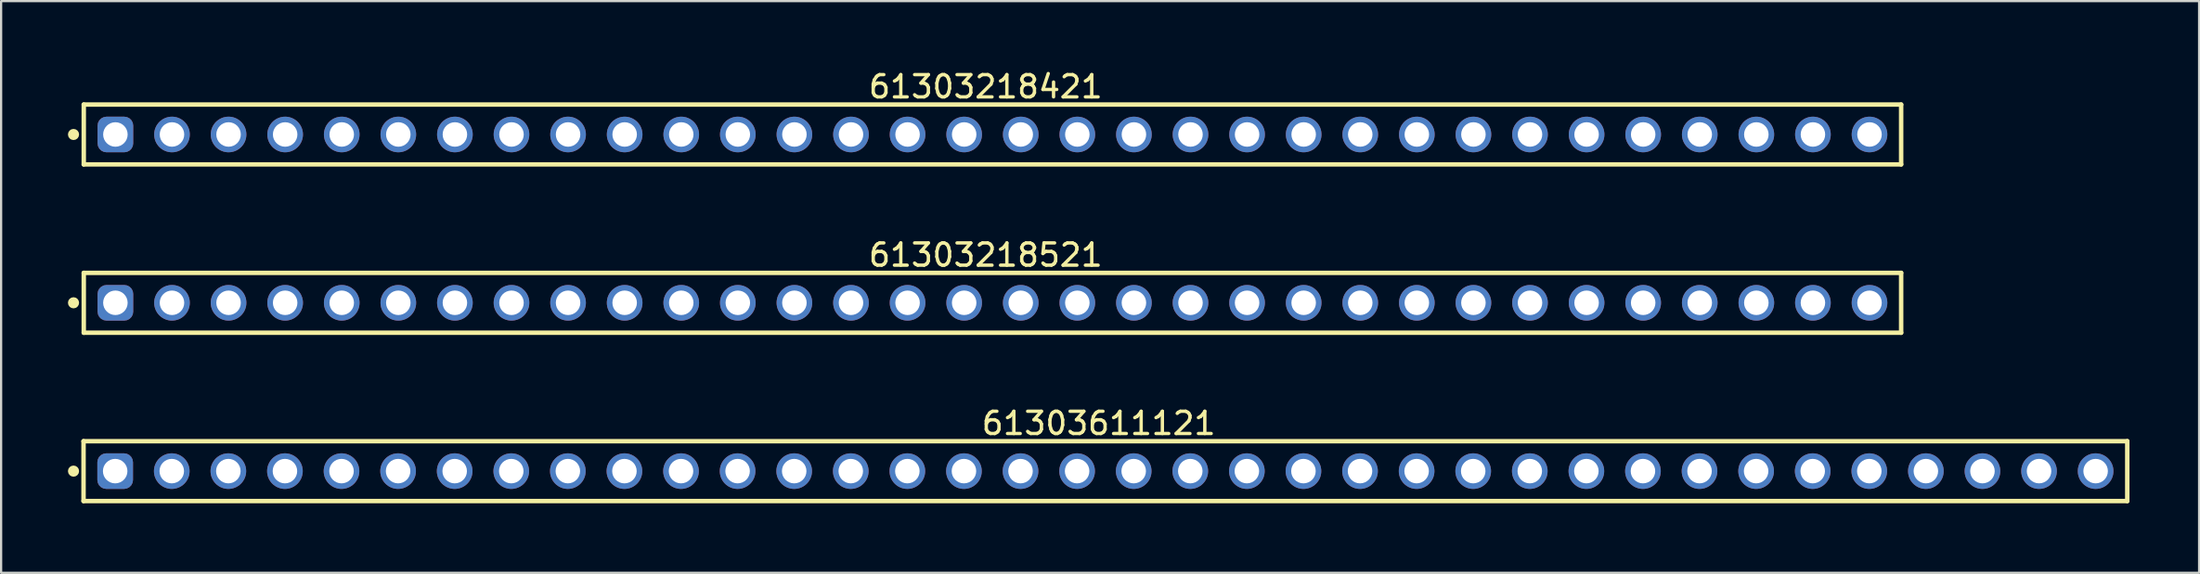
<source format=kicad_pcb>
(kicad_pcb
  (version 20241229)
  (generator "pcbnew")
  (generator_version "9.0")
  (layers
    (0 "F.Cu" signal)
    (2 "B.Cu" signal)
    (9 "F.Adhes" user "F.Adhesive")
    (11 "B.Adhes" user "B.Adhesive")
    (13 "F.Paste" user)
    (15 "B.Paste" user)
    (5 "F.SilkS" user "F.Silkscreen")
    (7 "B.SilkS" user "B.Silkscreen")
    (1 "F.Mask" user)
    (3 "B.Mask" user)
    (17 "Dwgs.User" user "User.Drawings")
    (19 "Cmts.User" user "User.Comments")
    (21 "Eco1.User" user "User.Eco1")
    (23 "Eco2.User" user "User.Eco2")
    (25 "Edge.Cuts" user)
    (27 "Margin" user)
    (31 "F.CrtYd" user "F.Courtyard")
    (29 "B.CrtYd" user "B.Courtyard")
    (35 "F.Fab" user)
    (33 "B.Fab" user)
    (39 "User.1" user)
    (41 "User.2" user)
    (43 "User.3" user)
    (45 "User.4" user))
  (footprint "61303218521"
    (layer "F.Cu")
    (at 41.5 10.556)
    (property "Reference" "61303218521" (at -0.305 -2.145 0) (layer "F.SilkS") (effects (font (size 1 1) (thickness 0.15))))
    (fp_line (start -40.79 -1.345) (end 40.79 -1.345) (stroke (width 0.2) (type solid)) (layer "F.SilkS"))
    (fp_line (start -40.79 1.345) (end -40.79 -1.345) (stroke (width 0.2) (type solid)) (layer "F.SilkS"))
    (fp_line (start -40.79 1.345) (end 40.79 1.345) (stroke (width 0.2) (type solid)) (layer "F.SilkS"))
    (fp_line (start 40.79 1.345) (end 40.79 -1.345) (stroke (width 0.2) (type solid)) (layer "F.SilkS"))
    (fp_circle (center -41.25 0) (end -41.25 -0.125) (stroke (width 0.25) (type solid)) (fill no) (layer "F.SilkS"))
    (fp_line (start -40.99 -1.545) (end 40.99 -1.545) (stroke (width 0.05) (type solid)) (layer "Eco2.User"))
    (fp_line (start -40.99 1.545) (end -40.99 -1.545) (stroke (width 0.05) (type solid)) (layer "Eco2.User"))
    (fp_line (start -40.99 1.545) (end 40.99 1.545) (stroke (width 0.05) (type solid)) (layer "Eco2.User"))
    (fp_line (start -40.64 -1.27) (end 40.64 -1.27) (stroke (width 0.1) (type solid)) (layer "Eco2.User"))
    (fp_line (start -40.64 1.27) (end -40.64 -1.27) (stroke (width 0.1) (type solid)) (layer "Eco2.User"))
    (fp_line (start -40.64 1.27) (end 40.64 1.27) (stroke (width 0.1) (type solid)) (layer "Eco2.User"))
    (fp_line (start -0.5 0) (end 0.5 0) (stroke (width 0.05) (type solid)) (layer "Eco2.User"))
    (fp_line (start 0 0.5) (end 0 -0.5) (stroke (width 0.05) (type solid)) (layer "Eco2.User"))
    (fp_line (start 40.64 1.27) (end 40.64 -1.27) (stroke (width 0.1) (type solid)) (layer "Eco2.User"))
    (fp_line (start 40.99 1.545) (end 40.99 -1.545) (stroke (width 0.05) (type solid)) (layer "Eco2.User"))
    (fp_text user "${REFERENCE}" (at 0.15 -0.197 0) (unlocked yes) (layer "User.3") (effects (font (size 1.5 1.5) (thickness 0.15))))
    (pad "1" thru_hole roundrect (at -39.37 0) (size 1.6 1.6) (drill 1.1) (layers "*.Cu" "*.Mask") (roundrect_rratio 0.25))
    (pad "2" thru_hole circle (at -36.83 0) (size 1.6 1.6) (drill 1.1) (layers "*.Cu" "*.Mask"))
    (pad "3" thru_hole circle (at -34.29 0) (size 1.6 1.6) (drill 1.1) (layers "*.Cu" "*.Mask"))
    (pad "4" thru_hole circle (at -31.75 0) (size 1.6 1.6) (drill 1.1) (layers "*.Cu" "*.Mask"))
    (pad "5" thru_hole circle (at -29.21 0) (size 1.6 1.6) (drill 1.1) (layers "*.Cu" "*.Mask"))
    (pad "6" thru_hole circle (at -26.67 0) (size 1.6 1.6) (drill 1.1) (layers "*.Cu" "*.Mask"))
    (pad "7" thru_hole circle (at -24.13 0) (size 1.6 1.6) (drill 1.1) (layers "*.Cu" "*.Mask"))
    (pad "8" thru_hole circle (at -21.59 0) (size 1.6 1.6) (drill 1.1) (layers "*.Cu" "*.Mask"))
    (pad "9" thru_hole circle (at -19.05 0) (size 1.6 1.6) (drill 1.1) (layers "*.Cu" "*.Mask"))
    (pad "10" thru_hole circle (at -16.51 0) (size 1.6 1.6) (drill 1.1) (layers "*.Cu" "*.Mask"))
    (pad "11" thru_hole circle (at -13.97 0) (size 1.6 1.6) (drill 1.1) (layers "*.Cu" "*.Mask"))
    (pad "12" thru_hole circle (at -11.43 0) (size 1.6 1.6) (drill 1.1) (layers "*.Cu" "*.Mask"))
    (pad "13" thru_hole circle (at -8.89 0) (size 1.6 1.6) (drill 1.1) (layers "*.Cu" "*.Mask"))
    (pad "14" thru_hole circle (at -6.35 0) (size 1.6 1.6) (drill 1.1) (layers "*.Cu" "*.Mask"))
    (pad "15" thru_hole circle (at -3.81 0) (size 1.6 1.6) (drill 1.1) (layers "*.Cu" "*.Mask"))
    (pad "16" thru_hole circle (at -1.27 0) (size 1.6 1.6) (drill 1.1) (layers "*.Cu" "*.Mask"))
    (pad "17" thru_hole circle (at 1.27 0) (size 1.6 1.6) (drill 1.1) (layers "*.Cu" "*.Mask"))
    (pad "18" thru_hole circle (at 3.81 0) (size 1.6 1.6) (drill 1.1) (layers "*.Cu" "*.Mask"))
    (pad "19" thru_hole circle (at 6.35 0) (size 1.6 1.6) (drill 1.1) (layers "*.Cu" "*.Mask"))
    (pad "20" thru_hole circle (at 8.89 0) (size 1.6 1.6) (drill 1.1) (layers "*.Cu" "*.Mask"))
    (pad "21" thru_hole circle (at 11.43 0) (size 1.6 1.6) (drill 1.1) (layers "*.Cu" "*.Mask"))
    (pad "22" thru_hole circle (at 13.97 0) (size 1.6 1.6) (drill 1.1) (layers "*.Cu" "*.Mask"))
    (pad "23" thru_hole circle (at 16.51 0) (size 1.6 1.6) (drill 1.1) (layers "*.Cu" "*.Mask"))
    (pad "24" thru_hole circle (at 19.05 0) (size 1.6 1.6) (drill 1.1) (layers "*.Cu" "*.Mask"))
    (pad "25" thru_hole circle (at 21.59 0) (size 1.6 1.6) (drill 1.1) (layers "*.Cu" "*.Mask"))
    (pad "26" thru_hole circle (at 24.13 0) (size 1.6 1.6) (drill 1.1) (layers "*.Cu" "*.Mask"))
    (pad "27" thru_hole circle (at 26.67 0) (size 1.6 1.6) (drill 1.1) (layers "*.Cu" "*.Mask"))
    (pad "28" thru_hole circle (at 29.21 0) (size 1.6 1.6) (drill 1.1) (layers "*.Cu" "*.Mask"))
    (pad "29" thru_hole circle (at 31.75 0) (size 1.6 1.6) (drill 1.1) (layers "*.Cu" "*.Mask"))
    (pad "30" thru_hole circle (at 34.29 0) (size 1.6 1.6) (drill 1.1) (layers "*.Cu" "*.Mask"))
    (pad "31" thru_hole circle (at 36.83 0) (size 1.6 1.6) (drill 1.1) (layers "*.Cu" "*.Mask"))
    (pad "32" thru_hole circle (at 39.37 0) (size 1.6 1.6) (drill 1.1) (layers "*.Cu" "*.Mask")))
  (footprint "61303611121"
    (layer "F.Cu")
    (at 46.57 18.12)
    (property "Reference" "61303611121" (at -0.3 -2.145 0) (layer "F.SilkS") (effects (font (size 1 1) (thickness 0.15))))
    (fp_line (start -45.87 -1.345) (end 45.87 -1.345) (stroke (width 0.2) (type solid)) (layer "F.SilkS"))
    (fp_line (start -45.87 1.345) (end -45.87 -1.345) (stroke (width 0.2) (type solid)) (layer "F.SilkS"))
    (fp_line (start -45.87 1.345) (end 45.87 1.345) (stroke (width 0.2) (type solid)) (layer "F.SilkS"))
    (fp_line (start 45.87 1.345) (end 45.87 -1.345) (stroke (width 0.2) (type solid)) (layer "F.SilkS"))
    (fp_circle (center -46.32 0) (end -46.32 -0.125) (stroke (width 0.25) (type solid)) (fill no) (layer "F.SilkS"))
    (fp_line (start -46.07 -1.545) (end 46.07 -1.545) (stroke (width 0.05) (type solid)) (layer "Eco2.User"))
    (fp_line (start -46.07 1.545) (end -46.07 -1.545) (stroke (width 0.05) (type solid)) (layer "Eco2.User"))
    (fp_line (start -46.07 1.545) (end 46.07 1.545) (stroke (width 0.05) (type solid)) (layer "Eco2.User"))
    (fp_line (start -45.72 -1.27) (end 45.72 -1.27) (stroke (width 0.1) (type solid)) (layer "Eco2.User"))
    (fp_line (start -45.72 1.27) (end -45.72 -1.27) (stroke (width 0.1) (type solid)) (layer "Eco2.User"))
    (fp_line (start -45.72 1.27) (end 45.72 1.27) (stroke (width 0.1) (type solid)) (layer "Eco2.User"))
    (fp_line (start -0.5 0) (end 0.5 0) (stroke (width 0.05) (type solid)) (layer "Eco2.User"))
    (fp_line (start 0 0.5) (end 0 -0.5) (stroke (width 0.05) (type solid)) (layer "Eco2.User"))
    (fp_line (start 45.72 1.27) (end 45.72 -1.27) (stroke (width 0.1) (type solid)) (layer "Eco2.User"))
    (fp_line (start 46.07 1.545) (end 46.07 -1.545) (stroke (width 0.05) (type solid)) (layer "Eco2.User"))
    (fp_text user "${REFERENCE}" (at 0.15 -0.197 0) (unlocked yes) (layer "User.3") (effects (font (size 1.5 1.5) (thickness 0.15))))
    (pad "1" thru_hole roundrect (at -44.45 0) (size 1.6 1.6) (drill 1.1) (layers "*.Cu" "*.Mask") (roundrect_rratio 0.25))
    (pad "2" thru_hole circle (at -41.91 0) (size 1.6 1.6) (drill 1.1) (layers "*.Cu" "*.Mask"))
    (pad "3" thru_hole circle (at -39.37 0) (size 1.6 1.6) (drill 1.1) (layers "*.Cu" "*.Mask"))
    (pad "4" thru_hole circle (at -36.83 0) (size 1.6 1.6) (drill 1.1) (layers "*.Cu" "*.Mask"))
    (pad "5" thru_hole circle (at -34.29 0) (size 1.6 1.6) (drill 1.1) (layers "*.Cu" "*.Mask"))
    (pad "6" thru_hole circle (at -31.75 0) (size 1.6 1.6) (drill 1.1) (layers "*.Cu" "*.Mask"))
    (pad "7" thru_hole circle (at -29.21 0) (size 1.6 1.6) (drill 1.1) (layers "*.Cu" "*.Mask"))
    (pad "8" thru_hole circle (at -26.67 0) (size 1.6 1.6) (drill 1.1) (layers "*.Cu" "*.Mask"))
    (pad "9" thru_hole circle (at -24.13 0) (size 1.6 1.6) (drill 1.1) (layers "*.Cu" "*.Mask"))
    (pad "10" thru_hole circle (at -21.59 0) (size 1.6 1.6) (drill 1.1) (layers "*.Cu" "*.Mask"))
    (pad "11" thru_hole circle (at -19.05 0) (size 1.6 1.6) (drill 1.1) (layers "*.Cu" "*.Mask"))
    (pad "12" thru_hole circle (at -16.51 0) (size 1.6 1.6) (drill 1.1) (layers "*.Cu" "*.Mask"))
    (pad "13" thru_hole circle (at -13.97 0) (size 1.6 1.6) (drill 1.1) (layers "*.Cu" "*.Mask"))
    (pad "14" thru_hole circle (at -11.43 0) (size 1.6 1.6) (drill 1.1) (layers "*.Cu" "*.Mask"))
    (pad "15" thru_hole circle (at -8.89 0) (size 1.6 1.6) (drill 1.1) (layers "*.Cu" "*.Mask"))
    (pad "16" thru_hole circle (at -6.35 0) (size 1.6 1.6) (drill 1.1) (layers "*.Cu" "*.Mask"))
    (pad "17" thru_hole circle (at -3.81 0) (size 1.6 1.6) (drill 1.1) (layers "*.Cu" "*.Mask"))
    (pad "18" thru_hole circle (at -1.27 0) (size 1.6 1.6) (drill 1.1) (layers "*.Cu" "*.Mask"))
    (pad "19" thru_hole circle (at 1.27 0) (size 1.6 1.6) (drill 1.1) (layers "*.Cu" "*.Mask"))
    (pad "20" thru_hole circle (at 3.81 0) (size 1.6 1.6) (drill 1.1) (layers "*.Cu" "*.Mask"))
    (pad "21" thru_hole circle (at 6.35 0) (size 1.6 1.6) (drill 1.1) (layers "*.Cu" "*.Mask"))
    (pad "22" thru_hole circle (at 8.89 0) (size 1.6 1.6) (drill 1.1) (layers "*.Cu" "*.Mask"))
    (pad "23" thru_hole circle (at 11.43 0) (size 1.6 1.6) (drill 1.1) (layers "*.Cu" "*.Mask"))
    (pad "24" thru_hole circle (at 13.97 0) (size 1.6 1.6) (drill 1.1) (layers "*.Cu" "*.Mask"))
    (pad "25" thru_hole circle (at 16.51 0) (size 1.6 1.6) (drill 1.1) (layers "*.Cu" "*.Mask"))
    (pad "26" thru_hole circle (at 19.05 0) (size 1.6 1.6) (drill 1.1) (layers "*.Cu" "*.Mask"))
    (pad "27" thru_hole circle (at 21.59 0) (size 1.6 1.6) (drill 1.1) (layers "*.Cu" "*.Mask"))
    (pad "28" thru_hole circle (at 24.13 0) (size 1.6 1.6) (drill 1.1) (layers "*.Cu" "*.Mask"))
    (pad "29" thru_hole circle (at 26.67 0) (size 1.6 1.6) (drill 1.1) (layers "*.Cu" "*.Mask"))
    (pad "30" thru_hole circle (at 29.21 0) (size 1.6 1.6) (drill 1.1) (layers "*.Cu" "*.Mask"))
    (pad "31" thru_hole circle (at 31.75 0) (size 1.6 1.6) (drill 1.1) (layers "*.Cu" "*.Mask"))
    (pad "32" thru_hole circle (at 34.29 0) (size 1.6 1.6) (drill 1.1) (layers "*.Cu" "*.Mask"))
    (pad "33" thru_hole circle (at 36.83 0) (size 1.6 1.6) (drill 1.1) (layers "*.Cu" "*.Mask"))
    (pad "34" thru_hole circle (at 39.37 0) (size 1.6 1.6) (drill 1.1) (layers "*.Cu" "*.Mask"))
    (pad "35" thru_hole circle (at 41.91 0) (size 1.6 1.6) (drill 1.1) (layers "*.Cu" "*.Mask"))
    (pad "36" thru_hole circle (at 44.45 0) (size 1.6 1.6) (drill 1.1) (layers "*.Cu" "*.Mask")))
  (footprint "61303218421"
    (layer "F.Cu")
    (at 41.5 2.993)
    (property "Reference" "61303218421" (at -0.305 -2.145 0) (layer "F.SilkS") (effects (font (size 1 1) (thickness 0.15))))
    (fp_line (start -40.79 -1.345) (end 40.79 -1.345) (stroke (width 0.2) (type solid)) (layer "F.SilkS"))
    (fp_line (start -40.79 1.345) (end -40.79 -1.345) (stroke (width 0.2) (type solid)) (layer "F.SilkS"))
    (fp_line (start -40.79 1.345) (end 40.79 1.345) (stroke (width 0.2) (type solid)) (layer "F.SilkS"))
    (fp_line (start 40.79 1.345) (end 40.79 -1.345) (stroke (width 0.2) (type solid)) (layer "F.SilkS"))
    (fp_circle (center -41.25 0) (end -41.25 -0.125) (stroke (width 0.25) (type solid)) (fill no) (layer "F.SilkS"))
    (fp_line (start -40.99 -1.545) (end 40.99 -1.545) (stroke (width 0.05) (type solid)) (layer "Eco2.User"))
    (fp_line (start -40.99 1.545) (end -40.99 -1.545) (stroke (width 0.05) (type solid)) (layer "Eco2.User"))
    (fp_line (start -40.99 1.545) (end 40.99 1.545) (stroke (width 0.05) (type solid)) (layer "Eco2.User"))
    (fp_line (start -40.64 -1.27) (end 40.64 -1.27) (stroke (width 0.1) (type solid)) (layer "Eco2.User"))
    (fp_line (start -40.64 1.27) (end -40.64 -1.27) (stroke (width 0.1) (type solid)) (layer "Eco2.User"))
    (fp_line (start -40.64 1.27) (end 40.64 1.27) (stroke (width 0.1) (type solid)) (layer "Eco2.User"))
    (fp_line (start -0.5 0) (end 0.5 0) (stroke (width 0.05) (type solid)) (layer "Eco2.User"))
    (fp_line (start 0 0.5) (end 0 -0.5) (stroke (width 0.05) (type solid)) (layer "Eco2.User"))
    (fp_line (start 40.64 1.27) (end 40.64 -1.27) (stroke (width 0.1) (type solid)) (layer "Eco2.User"))
    (fp_line (start 40.99 1.545) (end 40.99 -1.545) (stroke (width 0.05) (type solid)) (layer "Eco2.User"))
    (fp_text user "${REFERENCE}" (at 0.15 -0.197 0) (unlocked yes) (layer "User.3") (effects (font (size 1.5 1.5) (thickness 0.15))))
    (pad "1" thru_hole roundrect (at -39.37 0) (size 1.6 1.6) (drill 1.1) (layers "*.Cu" "*.Mask") (roundrect_rratio 0.25))
    (pad "2" thru_hole circle (at -36.83 0) (size 1.6 1.6) (drill 1.1) (layers "*.Cu" "*.Mask"))
    (pad "3" thru_hole circle (at -34.29 0) (size 1.6 1.6) (drill 1.1) (layers "*.Cu" "*.Mask"))
    (pad "4" thru_hole circle (at -31.75 0) (size 1.6 1.6) (drill 1.1) (layers "*.Cu" "*.Mask"))
    (pad "5" thru_hole circle (at -29.21 0) (size 1.6 1.6) (drill 1.1) (layers "*.Cu" "*.Mask"))
    (pad "6" thru_hole circle (at -26.67 0) (size 1.6 1.6) (drill 1.1) (layers "*.Cu" "*.Mask"))
    (pad "7" thru_hole circle (at -24.13 0) (size 1.6 1.6) (drill 1.1) (layers "*.Cu" "*.Mask"))
    (pad "8" thru_hole circle (at -21.59 0) (size 1.6 1.6) (drill 1.1) (layers "*.Cu" "*.Mask"))
    (pad "9" thru_hole circle (at -19.05 0) (size 1.6 1.6) (drill 1.1) (layers "*.Cu" "*.Mask"))
    (pad "10" thru_hole circle (at -16.51 0) (size 1.6 1.6) (drill 1.1) (layers "*.Cu" "*.Mask"))
    (pad "11" thru_hole circle (at -13.97 0) (size 1.6 1.6) (drill 1.1) (layers "*.Cu" "*.Mask"))
    (pad "12" thru_hole circle (at -11.43 0) (size 1.6 1.6) (drill 1.1) (layers "*.Cu" "*.Mask"))
    (pad "13" thru_hole circle (at -8.89 0) (size 1.6 1.6) (drill 1.1) (layers "*.Cu" "*.Mask"))
    (pad "14" thru_hole circle (at -6.35 0) (size 1.6 1.6) (drill 1.1) (layers "*.Cu" "*.Mask"))
    (pad "15" thru_hole circle (at -3.81 0) (size 1.6 1.6) (drill 1.1) (layers "*.Cu" "*.Mask"))
    (pad "16" thru_hole circle (at -1.27 0) (size 1.6 1.6) (drill 1.1) (layers "*.Cu" "*.Mask"))
    (pad "17" thru_hole circle (at 1.27 0) (size 1.6 1.6) (drill 1.1) (layers "*.Cu" "*.Mask"))
    (pad "18" thru_hole circle (at 3.81 0) (size 1.6 1.6) (drill 1.1) (layers "*.Cu" "*.Mask"))
    (pad "19" thru_hole circle (at 6.35 0) (size 1.6 1.6) (drill 1.1) (layers "*.Cu" "*.Mask"))
    (pad "20" thru_hole circle (at 8.89 0) (size 1.6 1.6) (drill 1.1) (layers "*.Cu" "*.Mask"))
    (pad "21" thru_hole circle (at 11.43 0) (size 1.6 1.6) (drill 1.1) (layers "*.Cu" "*.Mask"))
    (pad "22" thru_hole circle (at 13.97 0) (size 1.6 1.6) (drill 1.1) (layers "*.Cu" "*.Mask"))
    (pad "23" thru_hole circle (at 16.51 0) (size 1.6 1.6) (drill 1.1) (layers "*.Cu" "*.Mask"))
    (pad "24" thru_hole circle (at 19.05 0) (size 1.6 1.6) (drill 1.1) (layers "*.Cu" "*.Mask"))
    (pad "25" thru_hole circle (at 21.59 0) (size 1.6 1.6) (drill 1.1) (layers "*.Cu" "*.Mask"))
    (pad "26" thru_hole circle (at 24.13 0) (size 1.6 1.6) (drill 1.1) (layers "*.Cu" "*.Mask"))
    (pad "27" thru_hole circle (at 26.67 0) (size 1.6 1.6) (drill 1.1) (layers "*.Cu" "*.Mask"))
    (pad "28" thru_hole circle (at 29.21 0) (size 1.6 1.6) (drill 1.1) (layers "*.Cu" "*.Mask"))
    (pad "29" thru_hole circle (at 31.75 0) (size 1.6 1.6) (drill 1.1) (layers "*.Cu" "*.Mask"))
    (pad "30" thru_hole circle (at 34.29 0) (size 1.6 1.6) (drill 1.1) (layers "*.Cu" "*.Mask"))
    (pad "31" thru_hole circle (at 36.83 0) (size 1.6 1.6) (drill 1.1) (layers "*.Cu" "*.Mask"))
    (pad "32" thru_hole circle (at 39.37 0) (size 1.6 1.6) (drill 1.1) (layers "*.Cu" "*.Mask")))
  (gr_rect
    (start -3 -3)
    (end 95.665 22.69)
    (stroke (width 0.1) (type default))
    (fill no)
    (layer "Edge.Cuts")))
</source>
